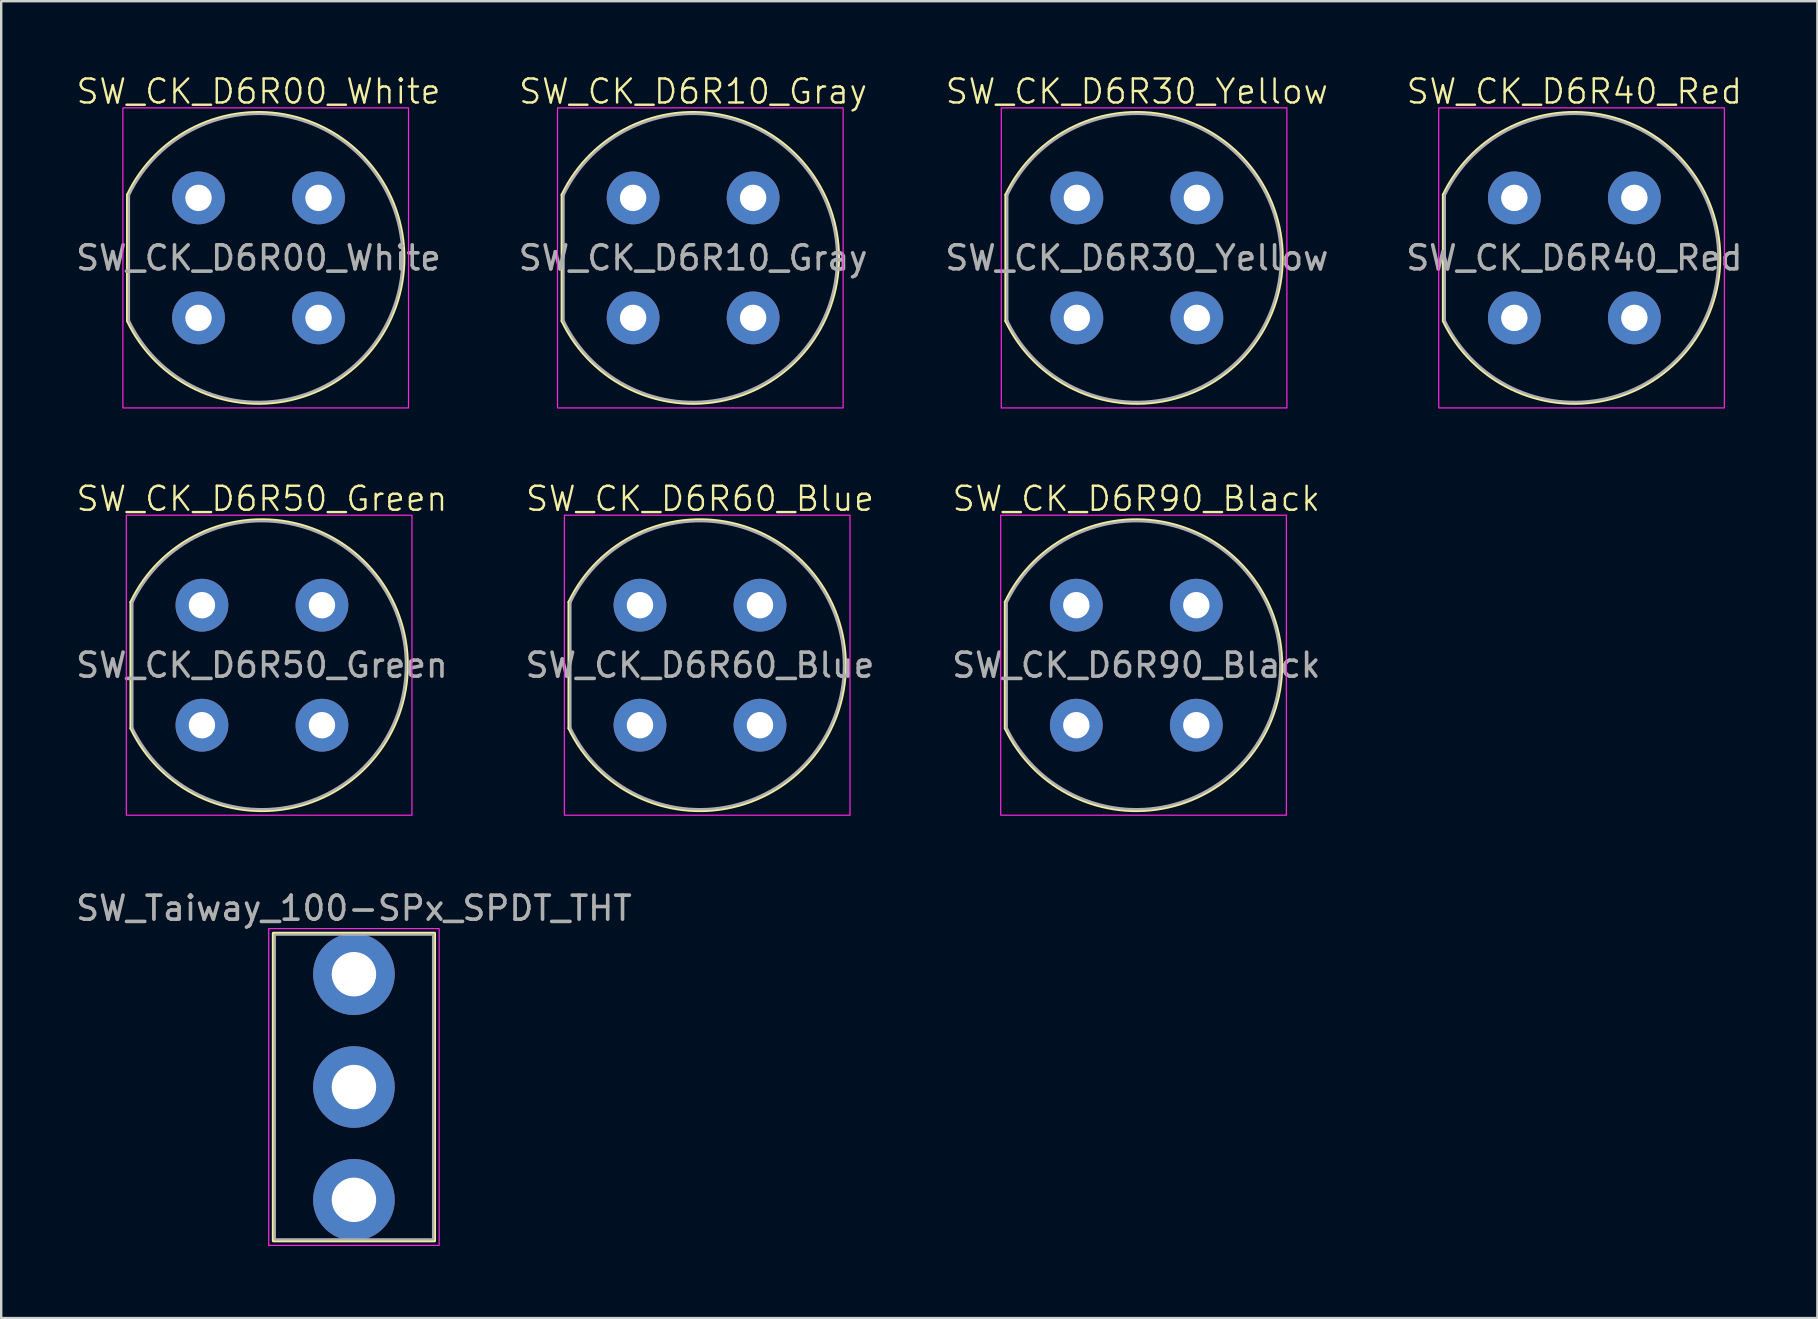
<source format=kicad_pcb>
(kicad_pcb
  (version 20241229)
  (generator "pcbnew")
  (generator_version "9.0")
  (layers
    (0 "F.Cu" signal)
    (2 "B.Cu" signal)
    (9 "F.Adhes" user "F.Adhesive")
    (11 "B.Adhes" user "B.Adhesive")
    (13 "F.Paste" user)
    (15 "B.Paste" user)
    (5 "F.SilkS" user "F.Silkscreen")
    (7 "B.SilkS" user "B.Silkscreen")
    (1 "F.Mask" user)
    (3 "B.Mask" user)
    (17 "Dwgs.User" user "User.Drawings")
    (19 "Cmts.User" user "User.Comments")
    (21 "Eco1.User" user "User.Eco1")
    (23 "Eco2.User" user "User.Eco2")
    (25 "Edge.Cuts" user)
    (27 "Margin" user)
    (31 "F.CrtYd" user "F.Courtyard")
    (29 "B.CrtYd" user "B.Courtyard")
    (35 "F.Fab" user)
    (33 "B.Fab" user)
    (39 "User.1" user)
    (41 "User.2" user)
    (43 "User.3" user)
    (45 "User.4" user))
  (footprint "SW_CK_D6R60_Blue"
    (layer "F.Cu")
    (at 26.113 24.664)
    (property "Reference" "SW_CK_D6R60_Blue" (at -0.000007 -6.934 0) (unlocked yes) (layer "F.SilkS") (effects (font (size 1 1) (thickness 0.1))))
    (attr smd)
    (fp_line (start -5.46 2.629) (end -5.46 -2.629) (stroke (width 0.12) (type solid)) (layer "F.SilkS"))
    (fp_arc (start -5.46 -2.6291) (mid 6.06 0) (end -5.46 2.6291) (stroke (width 0.12) (type solid)) (layer "F.SilkS"))
    (fp_rect (start -5.65 -6.25) (end 6.25 6.25) (stroke (width 0.05) (type solid)) (fill no) (layer "F.CrtYd"))
    (fp_line (start -5.4 2.615) (end -5.4 -2.615) (stroke (width 0.1) (type solid)) (layer "F.Fab"))
    (fp_arc (start -5.4 -2.6153) (mid 6 0) (end -5.4 2.6153) (stroke (width 0.1) (type solid)) (layer "F.Fab"))
    (fp_text user "${REFERENCE}" (at -0.000007 0 0) (unlocked yes) (layer "F.Fab") (effects (font (size 1 1) (thickness 0.15))))
    (pad "1" thru_hole circle (at -2.5 -2.5) (size 2.2 2.2) (drill 1.1) (layers "*.Cu" "*.Mask"))
    (pad "1" thru_hole circle (at 2.5 -2.5) (size 2.2 2.2) (drill 1.1) (layers "*.Cu" "*.Mask"))
    (pad "2" thru_hole circle (at -2.5 2.5) (size 2.2 2.2) (drill 1.1) (layers "*.Cu" "*.Mask"))
    (pad "2" thru_hole circle (at 2.5 2.5) (size 2.2 2.2) (drill 1.1) (layers "*.Cu" "*.Mask")))
  (footprint "SW_CK_D6R50_Green"
    (layer "F.Cu")
    (at 7.863 24.664)
    (property "Reference" "SW_CK_D6R50_Green" (at -0.000007 -6.934 0) (unlocked yes) (layer "F.SilkS") (effects (font (size 1 1) (thickness 0.1))))
    (attr smd)
    (fp_line (start -5.46 2.629) (end -5.46 -2.629) (stroke (width 0.12) (type solid)) (layer "F.SilkS"))
    (fp_arc (start -5.46 -2.6291) (mid 6.06 0) (end -5.46 2.6291) (stroke (width 0.12) (type solid)) (layer "F.SilkS"))
    (fp_rect (start -5.65 -6.25) (end 6.25 6.25) (stroke (width 0.05) (type solid)) (fill no) (layer "F.CrtYd"))
    (fp_line (start -5.4 2.615) (end -5.4 -2.615) (stroke (width 0.1) (type solid)) (layer "F.Fab"))
    (fp_arc (start -5.4 -2.6153) (mid 6 0) (end -5.4 2.6153) (stroke (width 0.1) (type solid)) (layer "F.Fab"))
    (fp_text user "${REFERENCE}" (at -0.000007 0 0) (unlocked yes) (layer "F.Fab") (effects (font (size 1 1) (thickness 0.15))))
    (pad "1" thru_hole circle (at -2.5 -2.5) (size 2.2 2.2) (drill 1.1) (layers "*.Cu" "*.Mask"))
    (pad "1" thru_hole circle (at 2.5 -2.5) (size 2.2 2.2) (drill 1.1) (layers "*.Cu" "*.Mask"))
    (pad "2" thru_hole circle (at -2.5 2.5) (size 2.2 2.2) (drill 1.1) (layers "*.Cu" "*.Mask"))
    (pad "2" thru_hole circle (at 2.5 2.5) (size 2.2 2.2) (drill 1.1) (layers "*.Cu" "*.Mask")))
  (footprint "SW_CK_D6R90_Black"
    (layer "F.Cu")
    (at 44.292 24.664)
    (property "Reference" "SW_CK_D6R90_Black" (at -0.000007 -6.934 0) (unlocked yes) (layer "F.SilkS") (effects (font (size 1 1) (thickness 0.1))))
    (attr smd)
    (fp_line (start -5.46 2.629) (end -5.46 -2.629) (stroke (width 0.12) (type solid)) (layer "F.SilkS"))
    (fp_arc (start -5.46 -2.6291) (mid 6.06 0) (end -5.46 2.6291) (stroke (width 0.12) (type solid)) (layer "F.SilkS"))
    (fp_rect (start -5.65 -6.25) (end 6.25 6.25) (stroke (width 0.05) (type solid)) (fill no) (layer "F.CrtYd"))
    (fp_line (start -5.4 2.615) (end -5.4 -2.615) (stroke (width 0.1) (type solid)) (layer "F.Fab"))
    (fp_arc (start -5.4 -2.6153) (mid 6 0) (end -5.4 2.6153) (stroke (width 0.1) (type solid)) (layer "F.Fab"))
    (fp_text user "${REFERENCE}" (at -0.000007 0 0) (unlocked yes) (layer "F.Fab") (effects (font (size 1 1) (thickness 0.15))))
    (pad "1" thru_hole circle (at -2.5 -2.5) (size 2.2 2.2) (drill 1.1) (layers "*.Cu" "*.Mask"))
    (pad "1" thru_hole circle (at 2.5 -2.5) (size 2.2 2.2) (drill 1.1) (layers "*.Cu" "*.Mask"))
    (pad "2" thru_hole circle (at -2.5 2.5) (size 2.2 2.2) (drill 1.1) (layers "*.Cu" "*.Mask"))
    (pad "2" thru_hole circle (at 2.5 2.5) (size 2.2 2.2) (drill 1.1) (layers "*.Cu" "*.Mask")))
  (footprint "SW_CK_D6R30_Yellow"
    (layer "F.Cu")
    (at 44.315 7.695)
    (property "Reference" "SW_CK_D6R30_Yellow" (at -0.000007 -6.934 0) (unlocked yes) (layer "F.SilkS") (effects (font (size 1 1) (thickness 0.1))))
    (attr smd)
    (fp_line (start -5.46 2.629) (end -5.46 -2.629) (stroke (width 0.12) (type solid)) (layer "F.SilkS"))
    (fp_arc (start -5.46 -2.6291) (mid 6.06 0) (end -5.46 2.6291) (stroke (width 0.12) (type solid)) (layer "F.SilkS"))
    (fp_rect (start -5.65 -6.25) (end 6.25 6.25) (stroke (width 0.05) (type solid)) (fill no) (layer "F.CrtYd"))
    (fp_line (start -5.4 2.615) (end -5.4 -2.615) (stroke (width 0.1) (type solid)) (layer "F.Fab"))
    (fp_arc (start -5.4 -2.6153) (mid 6 0) (end -5.4 2.6153) (stroke (width 0.1) (type solid)) (layer "F.Fab"))
    (fp_text user "${REFERENCE}" (at -0.000007 0 0) (unlocked yes) (layer "F.Fab") (effects (font (size 1 1) (thickness 0.15))))
    (pad "1" thru_hole circle (at -2.5 -2.5) (size 2.2 2.2) (drill 1.1) (layers "*.Cu" "*.Mask"))
    (pad "1" thru_hole circle (at 2.5 -2.5) (size 2.2 2.2) (drill 1.1) (layers "*.Cu" "*.Mask"))
    (pad "2" thru_hole circle (at -2.5 2.5) (size 2.2 2.2) (drill 1.1) (layers "*.Cu" "*.Mask"))
    (pad "2" thru_hole circle (at 2.5 2.5) (size 2.2 2.2) (drill 1.1) (layers "*.Cu" "*.Mask")))
  (footprint "SW_CK_D6R00_White"
    (layer "F.Cu")
    (at 7.72 7.695)
    (property "Reference" "SW_CK_D6R00_White" (at -0.000007 -6.934 0) (unlocked yes) (layer "F.SilkS") (effects (font (size 1 1) (thickness 0.1))))
    (attr smd)
    (fp_line (start -5.46 2.629) (end -5.46 -2.629) (stroke (width 0.12) (type solid)) (layer "F.SilkS"))
    (fp_arc (start -5.46 -2.6291) (mid 6.06 0) (end -5.46 2.6291) (stroke (width 0.12) (type solid)) (layer "F.SilkS"))
    (fp_rect (start -5.65 -6.25) (end 6.25 6.25) (stroke (width 0.05) (type solid)) (fill no) (layer "F.CrtYd"))
    (fp_line (start -5.4 2.615) (end -5.4 -2.615) (stroke (width 0.1) (type solid)) (layer "F.Fab"))
    (fp_arc (start -5.4 -2.6153) (mid 6 0) (end -5.4 2.6153) (stroke (width 0.1) (type solid)) (layer "F.Fab"))
    (fp_text user "${REFERENCE}" (at -0.000007 0 0) (unlocked yes) (layer "F.Fab") (effects (font (size 1 1) (thickness 0.15))))
    (pad "1" thru_hole circle (at -2.5 -2.5) (size 2.2 2.2) (drill 1.1) (layers "*.Cu" "*.Mask"))
    (pad "1" thru_hole circle (at 2.5 -2.5) (size 2.2 2.2) (drill 1.1) (layers "*.Cu" "*.Mask"))
    (pad "2" thru_hole circle (at -2.5 2.5) (size 2.2 2.2) (drill 1.1) (layers "*.Cu" "*.Mask"))
    (pad "2" thru_hole circle (at 2.5 2.5) (size 2.2 2.2) (drill 1.1) (layers "*.Cu" "*.Mask")))
  (footprint "SW_Taiway_100-SPx_SPDT_THT"
    (layer "F.Cu")
    (at 11.696 42.238)
    (property "Reference" "SW_Taiway_100-SPx_SPDT_THT" (at 0 -7.45 0) (unlocked yes) (layer "F.SilkS") (effects (font (size 1 1) (thickness 0.1))))
    (attr smd)
    (fp_rect (start -3.36 -6.41) (end 3.36 6.41) (stroke (width 0.12) (type solid)) (fill no) (layer "F.SilkS"))
    (fp_rect (start -3.55 -6.6) (end 3.55 6.6) (stroke (width 0.05) (type solid)) (fill no) (layer "F.CrtYd"))
    (fp_rect (start -3.3 -6.35) (end 3.3 6.35) (stroke (width 0.1) (type solid)) (fill no) (layer "F.Fab"))
    (fp_text user "${REFERENCE}" (at 0 -7.45 0) (unlocked yes) (layer "F.Fab") (effects (font (size 1 1) (thickness 0.15))))
    (pad "1" thru_hole circle (at 0 -4.7) (size 3.4 3.4) (drill 1.85) (layers "*.Cu" "*.Mask"))
    (pad "2" thru_hole circle (at 0 0) (size 3.4 3.4) (drill 1.85) (layers "*.Cu" "*.Mask"))
    (pad "3" thru_hole circle (at 0 4.7) (size 3.4 3.4) (drill 1.85) (layers "*.Cu" "*.Mask")))
  (footprint "SW_CK_D6R40_Red"
    (layer "F.Cu")
    (at 62.542 7.695)
    (property "Reference" "SW_CK_D6R40_Red" (at -0.000007 -6.934 0) (unlocked yes) (layer "F.SilkS") (effects (font (size 1 1) (thickness 0.1))))
    (attr smd)
    (fp_line (start -5.46 2.629) (end -5.46 -2.629) (stroke (width 0.12) (type solid)) (layer "F.SilkS"))
    (fp_arc (start -5.46 -2.6291) (mid 6.06 0) (end -5.46 2.6291) (stroke (width 0.12) (type solid)) (layer "F.SilkS"))
    (fp_rect (start -5.65 -6.25) (end 6.25 6.25) (stroke (width 0.05) (type solid)) (fill no) (layer "F.CrtYd"))
    (fp_line (start -5.4 2.615) (end -5.4 -2.615) (stroke (width 0.1) (type solid)) (layer "F.Fab"))
    (fp_arc (start -5.4 -2.6153) (mid 6 0) (end -5.4 2.6153) (stroke (width 0.1) (type solid)) (layer "F.Fab"))
    (fp_text user "${REFERENCE}" (at -0.000007 0 0) (unlocked yes) (layer "F.Fab") (effects (font (size 1 1) (thickness 0.15))))
    (pad "1" thru_hole circle (at -2.5 -2.5) (size 2.2 2.2) (drill 1.1) (layers "*.Cu" "*.Mask"))
    (pad "1" thru_hole circle (at 2.5 -2.5) (size 2.2 2.2) (drill 1.1) (layers "*.Cu" "*.Mask"))
    (pad "2" thru_hole circle (at -2.5 2.5) (size 2.2 2.2) (drill 1.1) (layers "*.Cu" "*.Mask"))
    (pad "2" thru_hole circle (at 2.5 2.5) (size 2.2 2.2) (drill 1.1) (layers "*.Cu" "*.Mask")))
  (footprint "SW_CK_D6R10_Gray"
    (layer "F.Cu")
    (at 25.827 7.695)
    (property "Reference" "SW_CK_D6R10_Gray" (at -0.000007 -6.934 0) (unlocked yes) (layer "F.SilkS") (effects (font (size 1 1) (thickness 0.1))))
    (attr smd)
    (fp_line (start -5.46 2.629) (end -5.46 -2.629) (stroke (width 0.12) (type solid)) (layer "F.SilkS"))
    (fp_arc (start -5.46 -2.6291) (mid 6.06 0) (end -5.46 2.6291) (stroke (width 0.12) (type solid)) (layer "F.SilkS"))
    (fp_rect (start -5.65 -6.25) (end 6.25 6.25) (stroke (width 0.05) (type solid)) (fill no) (layer "F.CrtYd"))
    (fp_line (start -5.4 2.615) (end -5.4 -2.615) (stroke (width 0.1) (type solid)) (layer "F.Fab"))
    (fp_arc (start -5.4 -2.6153) (mid 6 0) (end -5.4 2.6153) (stroke (width 0.1) (type solid)) (layer "F.Fab"))
    (fp_text user "${REFERENCE}" (at -0.000007 0 0) (unlocked yes) (layer "F.Fab") (effects (font (size 1 1) (thickness 0.15))))
    (pad "1" thru_hole circle (at -2.5 -2.5) (size 2.2 2.2) (drill 1.1) (layers "*.Cu" "*.Mask"))
    (pad "1" thru_hole circle (at 2.5 -2.5) (size 2.2 2.2) (drill 1.1) (layers "*.Cu" "*.Mask"))
    (pad "2" thru_hole circle (at -2.5 2.5) (size 2.2 2.2) (drill 1.1) (layers "*.Cu" "*.Mask"))
    (pad "2" thru_hole circle (at 2.5 2.5) (size 2.2 2.2) (drill 1.1) (layers "*.Cu" "*.Mask")))
  (gr_rect
    (start -3 -3)
    (end 72.667 51.863)
    (stroke (width 0.1) (type default))
    (fill no)
    (layer "Edge.Cuts")))
</source>
